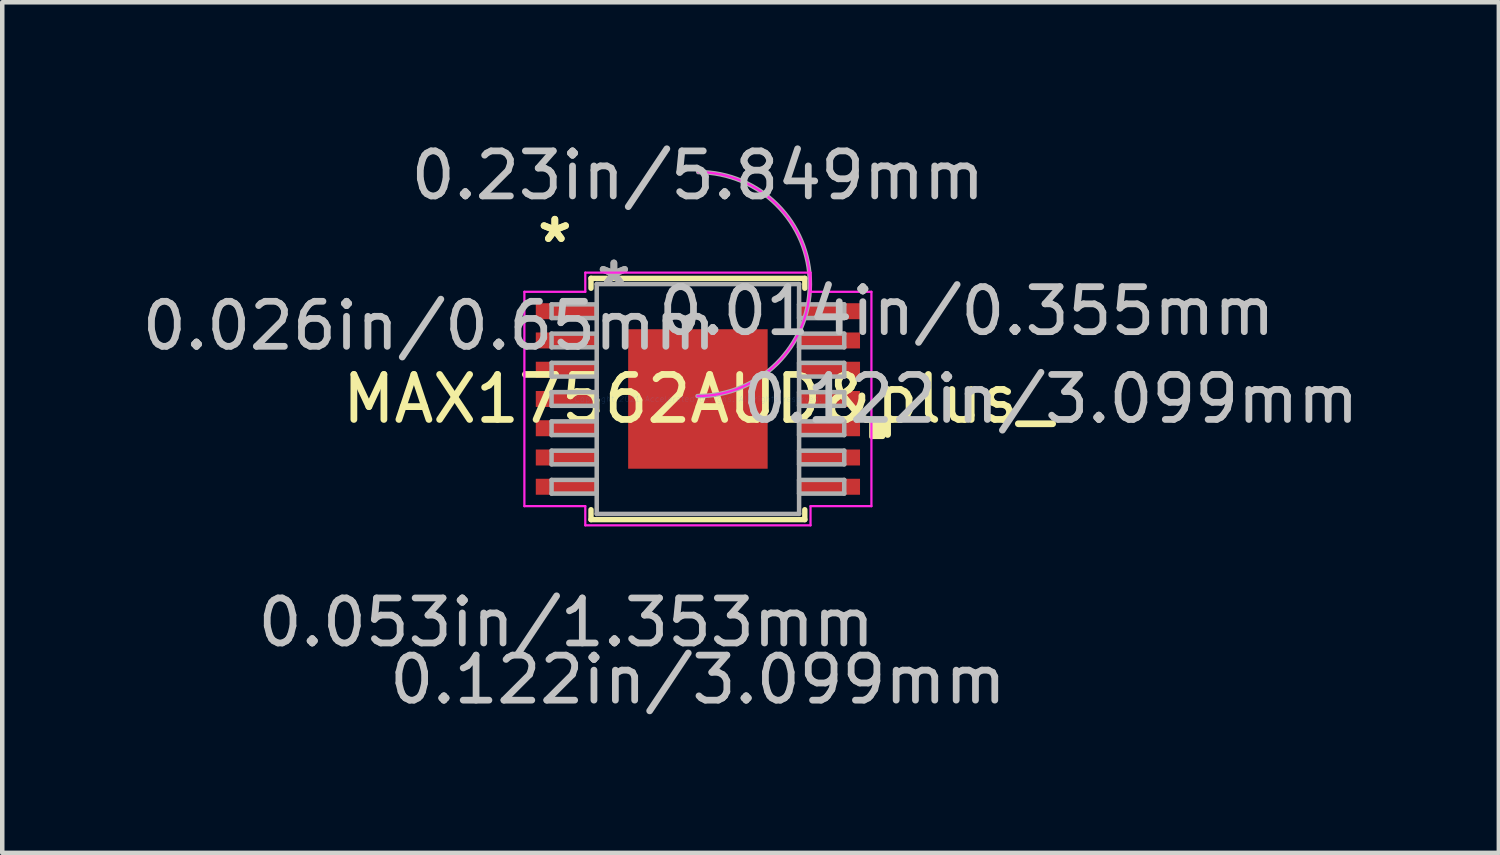
<source format=kicad_pcb>
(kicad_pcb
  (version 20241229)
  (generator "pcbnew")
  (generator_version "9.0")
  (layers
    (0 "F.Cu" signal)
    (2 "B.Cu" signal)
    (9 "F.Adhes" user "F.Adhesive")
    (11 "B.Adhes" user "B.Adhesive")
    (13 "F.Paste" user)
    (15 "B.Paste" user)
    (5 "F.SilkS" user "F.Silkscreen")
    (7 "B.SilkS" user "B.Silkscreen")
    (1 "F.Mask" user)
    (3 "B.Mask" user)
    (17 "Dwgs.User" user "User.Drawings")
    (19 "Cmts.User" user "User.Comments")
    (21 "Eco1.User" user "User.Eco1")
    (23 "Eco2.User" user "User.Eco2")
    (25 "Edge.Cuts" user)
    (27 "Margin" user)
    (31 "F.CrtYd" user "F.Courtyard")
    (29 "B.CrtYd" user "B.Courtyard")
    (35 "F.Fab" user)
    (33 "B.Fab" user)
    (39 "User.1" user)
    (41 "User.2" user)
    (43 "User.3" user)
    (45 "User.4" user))
  (footprint "MAX17562AUD&plus_"
    (layer "F.Cu")
    (at 12.455 5.814)
    (property "Reference" "MAX17562AUD&plus_" (at 0 0 0) (layer "F.SilkS") (effects (font (size 1 1) (thickness 0.15))))
    (attr through_hole)
    (fp_line (start -2.375 -2.68) (end -2.375 -2.46) (stroke (width 0.12) (type solid)) (layer "F.SilkS"))
    (fp_line (start -2.375 2.46) (end -2.375 2.68) (stroke (width 0.12) (type solid)) (layer "F.SilkS"))
    (fp_line (start -2.375 2.68) (end 2.375 2.68) (stroke (width 0.12) (type solid)) (layer "F.SilkS"))
    (fp_line (start 2.375 -2.68) (end -2.375 -2.68) (stroke (width 0.12) (type solid)) (layer "F.SilkS"))
    (fp_line (start 2.375 -2.46) (end 2.375 -2.68) (stroke (width 0.12) (type solid)) (layer "F.SilkS"))
    (fp_line (start 2.375 2.68) (end 2.375 2.46) (stroke (width 0.12) (type solid)) (layer "F.SilkS"))
    (fp_poly (pts (xy 4.109 0.459) (xy 4.109 0.84) (xy 3.855 0.84) (xy 3.855 0.459)) (stroke (width 0.1) (type solid)) (fill yes) (layer "F.SilkS"))
    (fp_poly (pts (xy -1.449 -1.449) (xy -1.449 -0.1) (xy -0.1 -0.1) (xy -0.1 -1.449)) (stroke (width 0.1) (type solid)) (fill yes) (layer "F.Paste"))
    (fp_poly (pts (xy -1.449 0.1) (xy -1.449 1.449) (xy -0.1 1.449) (xy -0.1 0.1)) (stroke (width 0.1) (type solid)) (fill yes) (layer "F.Paste"))
    (fp_poly (pts (xy 0.1 -1.449) (xy 0.1 -0.1) (xy 1.449 -0.1) (xy 1.449 -1.449)) (stroke (width 0.1) (type solid)) (fill yes) (layer "F.Paste"))
    (fp_poly (pts (xy 0.1 0.1) (xy 0.1 1.449) (xy 1.449 1.449) (xy 1.449 0.1)) (stroke (width 0.1) (type solid)) (fill yes) (layer "F.Paste"))
    (fp_line (start -3.855 -2.381) (end -2.502 -2.381) (stroke (width 0.05) (type solid)) (layer "F.CrtYd"))
    (fp_line (start -3.855 2.381) (end -3.855 -2.381) (stroke (width 0.05) (type solid)) (layer "F.CrtYd"))
    (fp_line (start -2.502 -2.807) (end 2.502 -2.807) (stroke (width 0.05) (type solid)) (layer "F.CrtYd"))
    (fp_line (start -2.502 -2.381) (end -2.502 -2.807) (stroke (width 0.05) (type solid)) (layer "F.CrtYd"))
    (fp_line (start -2.502 2.381) (end -3.855 2.381) (stroke (width 0.05) (type solid)) (layer "F.CrtYd"))
    (fp_line (start -2.502 2.807) (end -2.502 2.381) (stroke (width 0.05) (type solid)) (layer "F.CrtYd"))
    (fp_line (start 2.502 -2.807) (end 2.502 -2.381) (stroke (width 0.05) (type solid)) (layer "F.CrtYd"))
    (fp_line (start 2.502 -2.381) (end 3.855 -2.381) (stroke (width 0.05) (type solid)) (layer "F.CrtYd"))
    (fp_line (start 2.502 2.381) (end 2.502 2.807) (stroke (width 0.05) (type solid)) (layer "F.CrtYd"))
    (fp_line (start 2.502 2.807) (end -2.502 2.807) (stroke (width 0.05) (type solid)) (layer "F.CrtYd"))
    (fp_line (start 3.855 -2.381) (end 3.855 2.381) (stroke (width 0.05) (type solid)) (layer "F.CrtYd"))
    (fp_line (start 3.855 2.381) (end 2.502 2.381) (stroke (width 0.05) (type solid)) (layer "F.CrtYd"))
    (fp_arc (start 0.009516 -5.040561) (mid 2.487861 -2.543184) (end -0.009516 -0.064839) (stroke (width 0.05) (type solid)) (layer "F.CrtYd"))
    (fp_line (start -3.251 -2.102) (end -3.251 -1.798) (stroke (width 0.1) (type solid)) (layer "F.Fab"))
    (fp_line (start -3.251 -1.798) (end -2.248 -1.798) (stroke (width 0.1) (type solid)) (layer "F.Fab"))
    (fp_line (start -3.251 -1.452) (end -3.251 -1.148) (stroke (width 0.1) (type solid)) (layer "F.Fab"))
    (fp_line (start -3.251 -1.148) (end -2.248 -1.148) (stroke (width 0.1) (type solid)) (layer "F.Fab"))
    (fp_line (start -3.251 -0.802) (end -3.251 -0.498) (stroke (width 0.1) (type solid)) (layer "F.Fab"))
    (fp_line (start -3.251 -0.498) (end -2.248 -0.498) (stroke (width 0.1) (type solid)) (layer "F.Fab"))
    (fp_line (start -3.251 -0.152) (end -3.251 0.152) (stroke (width 0.1) (type solid)) (layer "F.Fab"))
    (fp_line (start -3.251 0.152) (end -2.248 0.152) (stroke (width 0.1) (type solid)) (layer "F.Fab"))
    (fp_line (start -3.251 0.498) (end -3.251 0.802) (stroke (width 0.1) (type solid)) (layer "F.Fab"))
    (fp_line (start -3.251 0.802) (end -2.248 0.802) (stroke (width 0.1) (type solid)) (layer "F.Fab"))
    (fp_line (start -3.251 1.148) (end -3.251 1.452) (stroke (width 0.1) (type solid)) (layer "F.Fab"))
    (fp_line (start -3.251 1.452) (end -2.248 1.452) (stroke (width 0.1) (type solid)) (layer "F.Fab"))
    (fp_line (start -3.251 1.798) (end -3.251 2.102) (stroke (width 0.1) (type solid)) (layer "F.Fab"))
    (fp_line (start -3.251 2.102) (end -2.248 2.102) (stroke (width 0.1) (type solid)) (layer "F.Fab"))
    (fp_line (start -2.248 -2.553) (end -2.248 2.553) (stroke (width 0.1) (type solid)) (layer "F.Fab"))
    (fp_line (start -2.248 -2.102) (end -3.251 -2.102) (stroke (width 0.1) (type solid)) (layer "F.Fab"))
    (fp_line (start -2.248 -1.798) (end -2.248 -2.102) (stroke (width 0.1) (type solid)) (layer "F.Fab"))
    (fp_line (start -2.248 -1.452) (end -3.251 -1.452) (stroke (width 0.1) (type solid)) (layer "F.Fab"))
    (fp_line (start -2.248 -1.148) (end -2.248 -1.452) (stroke (width 0.1) (type solid)) (layer "F.Fab"))
    (fp_line (start -2.248 -0.802) (end -3.251 -0.802) (stroke (width 0.1) (type solid)) (layer "F.Fab"))
    (fp_line (start -2.248 -0.498) (end -2.248 -0.802) (stroke (width 0.1) (type solid)) (layer "F.Fab"))
    (fp_line (start -2.248 -0.152) (end -3.251 -0.152) (stroke (width 0.1) (type solid)) (layer "F.Fab"))
    (fp_line (start -2.248 0.152) (end -2.248 -0.152) (stroke (width 0.1) (type solid)) (layer "F.Fab"))
    (fp_line (start -2.248 0.498) (end -3.251 0.498) (stroke (width 0.1) (type solid)) (layer "F.Fab"))
    (fp_line (start -2.248 0.802) (end -2.248 0.498) (stroke (width 0.1) (type solid)) (layer "F.Fab"))
    (fp_line (start -2.248 1.148) (end -3.251 1.148) (stroke (width 0.1) (type solid)) (layer "F.Fab"))
    (fp_line (start -2.248 1.452) (end -2.248 1.148) (stroke (width 0.1) (type solid)) (layer "F.Fab"))
    (fp_line (start -2.248 1.798) (end -3.251 1.798) (stroke (width 0.1) (type solid)) (layer "F.Fab"))
    (fp_line (start -2.248 2.102) (end -2.248 1.798) (stroke (width 0.1) (type solid)) (layer "F.Fab"))
    (fp_line (start -2.248 2.553) (end 2.248 2.553) (stroke (width 0.1) (type solid)) (layer "F.Fab"))
    (fp_line (start 2.248 -2.553) (end -2.248 -2.553) (stroke (width 0.1) (type solid)) (layer "F.Fab"))
    (fp_line (start 2.248 -2.102) (end 2.248 -1.798) (stroke (width 0.1) (type solid)) (layer "F.Fab"))
    (fp_line (start 2.248 -1.798) (end 3.251 -1.798) (stroke (width 0.1) (type solid)) (layer "F.Fab"))
    (fp_line (start 2.248 -1.452) (end 2.248 -1.148) (stroke (width 0.1) (type solid)) (layer "F.Fab"))
    (fp_line (start 2.248 -1.148) (end 3.251 -1.148) (stroke (width 0.1) (type solid)) (layer "F.Fab"))
    (fp_line (start 2.248 -0.802) (end 2.248 -0.498) (stroke (width 0.1) (type solid)) (layer "F.Fab"))
    (fp_line (start 2.248 -0.498) (end 3.251 -0.498) (stroke (width 0.1) (type solid)) (layer "F.Fab"))
    (fp_line (start 2.248 -0.152) (end 2.248 0.152) (stroke (width 0.1) (type solid)) (layer "F.Fab"))
    (fp_line (start 2.248 0.152) (end 3.251 0.152) (stroke (width 0.1) (type solid)) (layer "F.Fab"))
    (fp_line (start 2.248 0.498) (end 2.248 0.802) (stroke (width 0.1) (type solid)) (layer "F.Fab"))
    (fp_line (start 2.248 0.802) (end 3.251 0.802) (stroke (width 0.1) (type solid)) (layer "F.Fab"))
    (fp_line (start 2.248 1.148) (end 2.248 1.452) (stroke (width 0.1) (type solid)) (layer "F.Fab"))
    (fp_line (start 2.248 1.452) (end 3.251 1.452) (stroke (width 0.1) (type solid)) (layer "F.Fab"))
    (fp_line (start 2.248 1.798) (end 2.248 2.102) (stroke (width 0.1) (type solid)) (layer "F.Fab"))
    (fp_line (start 2.248 2.102) (end 3.251 2.102) (stroke (width 0.1) (type solid)) (layer "F.Fab"))
    (fp_line (start 2.248 2.553) (end 2.248 -2.553) (stroke (width 0.1) (type solid)) (layer "F.Fab"))
    (fp_line (start 3.251 -2.102) (end 2.248 -2.102) (stroke (width 0.1) (type solid)) (layer "F.Fab"))
    (fp_line (start 3.251 -1.798) (end 3.251 -2.102) (stroke (width 0.1) (type solid)) (layer "F.Fab"))
    (fp_line (start 3.251 -1.452) (end 2.248 -1.452) (stroke (width 0.1) (type solid)) (layer "F.Fab"))
    (fp_line (start 3.251 -1.148) (end 3.251 -1.452) (stroke (width 0.1) (type solid)) (layer "F.Fab"))
    (fp_line (start 3.251 -0.802) (end 2.248 -0.802) (stroke (width 0.1) (type solid)) (layer "F.Fab"))
    (fp_line (start 3.251 -0.498) (end 3.251 -0.802) (stroke (width 0.1) (type solid)) (layer "F.Fab"))
    (fp_line (start 3.251 -0.152) (end 2.248 -0.152) (stroke (width 0.1) (type solid)) (layer "F.Fab"))
    (fp_line (start 3.251 0.152) (end 3.251 -0.152) (stroke (width 0.1) (type solid)) (layer "F.Fab"))
    (fp_line (start 3.251 0.498) (end 2.248 0.498) (stroke (width 0.1) (type solid)) (layer "F.Fab"))
    (fp_line (start 3.251 0.802) (end 3.251 0.498) (stroke (width 0.1) (type solid)) (layer "F.Fab"))
    (fp_line (start 3.251 1.148) (end 2.248 1.148) (stroke (width 0.1) (type solid)) (layer "F.Fab"))
    (fp_line (start 3.251 1.452) (end 3.251 1.148) (stroke (width 0.1) (type solid)) (layer "F.Fab"))
    (fp_line (start 3.251 1.798) (end 2.248 1.798) (stroke (width 0.1) (type solid)) (layer "F.Fab"))
    (fp_line (start 3.251 2.102) (end 3.251 1.798) (stroke (width 0.1) (type solid)) (layer "F.Fab"))
    (fp_arc (start 0.007742 -5.040561) (mid 2.487861 -2.544958) (end -0.007742 -0.064839) (stroke (width 0.1) (type solid)) (layer "F.Fab"))
    (fp_text user "*" (at -3.179 -3.448 0) (layer "F.SilkS") (effects (font (size 1 1) (thickness 0.15))))
    (fp_text user "*" (at -3.179 -3.448 0) (layer "F.SilkS") (effects (font (size 1 1) (thickness 0.15))))
    (fp_text user "0.014in/0.355mm" (at 5.973 -1.95 0) (layer "Dwgs.User") (effects (font (size 1 1) (thickness 0.15))))
    (fp_text user "0.026in/0.65mm" (at -5.973 -1.625 0) (layer "Dwgs.User") (effects (font (size 1 1) (thickness 0.15))))
    (fp_text user "0.23in/5.849mm" (at 0 -4.966 0) (layer "Dwgs.User") (effects (font (size 1 1) (thickness 0.15))))
    (fp_text user "0.122in/3.099mm" (at 0 6.236 0) (layer "Dwgs.User") (effects (font (size 1 1) (thickness 0.15))))
    (fp_text user "0.053in/1.353mm" (at -2.925 4.966 0) (layer "Dwgs.User") (effects (font (size 1 1) (thickness 0.15))))
    (fp_text user "0.122in/3.099mm" (at 7.836 0 0) (layer "Dwgs.User") (effects (font (size 1 1) (thickness 0.15))))
    (fp_text user "Copyright 2021 Accelerated Designs. All rights reserved." (at 0 0 0) (layer "Cmts.User") (effects (font (size 0.127 0.127) (thickness 0.002))))
    (fp_text user "*" (at -1.867 -2.477 0) (layer "F.Fab") (effects (font (size 1 1) (thickness 0.15))))
    (fp_text user "*" (at -1.867 -2.477 0) (layer "F.Fab") (effects (font (size 1 1) (thickness 0.15))))
    (pad "1" smd rect (at -2.925 -1.95) (size 1.353 0.355) (layers "F.Cu" "F.Mask" "F.Paste"))
    (pad "2" smd rect (at -2.925 -1.3) (size 1.353 0.355) (layers "F.Cu" "F.Mask" "F.Paste"))
    (pad "3" smd rect (at -2.925 -0.65) (size 1.353 0.355) (layers "F.Cu" "F.Mask" "F.Paste"))
    (pad "4" smd rect (at -2.925 0) (size 1.353 0.355) (layers "F.Cu" "F.Mask" "F.Paste"))
    (pad "5" smd rect (at -2.925 0.65) (size 1.353 0.355) (layers "F.Cu" "F.Mask" "F.Paste"))
    (pad "6" smd rect (at -2.925 1.3) (size 1.353 0.355) (layers "F.Cu" "F.Mask" "F.Paste"))
    (pad "7" smd rect (at -2.925 1.95) (size 1.353 0.355) (layers "F.Cu" "F.Mask" "F.Paste"))
    (pad "8" smd rect (at 2.925 1.95) (size 1.353 0.355) (layers "F.Cu" "F.Mask" "F.Paste"))
    (pad "9" smd rect (at 2.925 1.3) (size 1.353 0.355) (layers "F.Cu" "F.Mask" "F.Paste"))
    (pad "10" smd rect (at 2.925 0.65) (size 1.353 0.355) (layers "F.Cu" "F.Mask" "F.Paste"))
    (pad "11" smd rect (at 2.925 0) (size 1.353 0.355) (layers "F.Cu" "F.Mask" "F.Paste"))
    (pad "12" smd rect (at 2.925 -0.65) (size 1.353 0.355) (layers "F.Cu" "F.Mask" "F.Paste"))
    (pad "13" smd rect (at 2.925 -1.3) (size 1.353 0.355) (layers "F.Cu" "F.Mask" "F.Paste"))
    (pad "14" smd rect (at 2.925 -1.95) (size 1.353 0.355) (layers "F.Cu" "F.Mask" "F.Paste"))
    (pad "EPAD" smd rect (at 0 0) (size 3.099 3.099) (layers "F.Cu" "F.Mask" "F.Paste")))
  (gr_rect
    (start -3 -3)
    (end 30.249 15.898)
    (stroke (width 0.1) (type default))
    (fill no)
    (layer "Edge.Cuts")))
</source>
